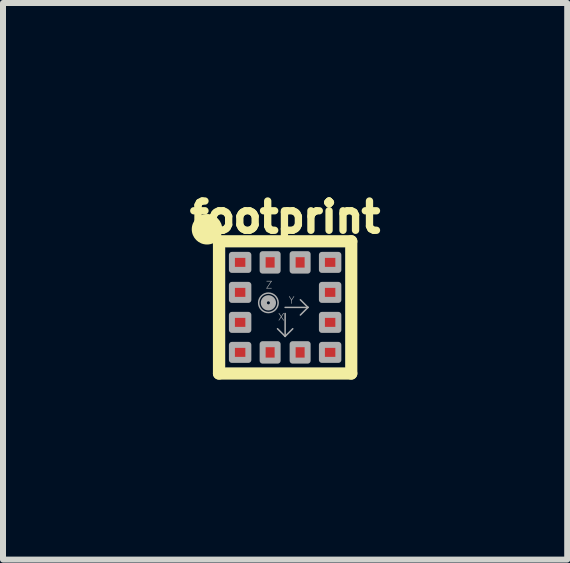
<source format=kicad_pcb>
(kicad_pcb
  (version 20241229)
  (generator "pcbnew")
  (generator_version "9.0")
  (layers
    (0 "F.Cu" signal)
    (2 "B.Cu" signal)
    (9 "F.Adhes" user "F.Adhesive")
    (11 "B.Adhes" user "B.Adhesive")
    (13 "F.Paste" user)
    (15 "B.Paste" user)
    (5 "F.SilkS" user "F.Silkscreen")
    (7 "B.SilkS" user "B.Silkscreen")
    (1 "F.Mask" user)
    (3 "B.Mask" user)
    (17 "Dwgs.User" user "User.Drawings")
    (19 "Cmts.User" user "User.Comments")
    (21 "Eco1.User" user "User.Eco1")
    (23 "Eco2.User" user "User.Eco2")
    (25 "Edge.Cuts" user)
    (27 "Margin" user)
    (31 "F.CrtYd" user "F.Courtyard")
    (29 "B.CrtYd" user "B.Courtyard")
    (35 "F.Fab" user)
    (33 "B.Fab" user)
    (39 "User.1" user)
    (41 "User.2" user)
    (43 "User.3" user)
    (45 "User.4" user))
  (footprint "footprint"
    (layer "F.Cu")
    (at 1.702 2.073)
    (property "Reference" "footprint" (at 0 -1.219 0) (layer "F.SilkS") (effects (font (size 0.488 0.488) (thickness 0.122)) (justify bottom)))
    (fp_line (start -1.102 -1.102) (end 1.102 -1.102) (stroke (width 0.203) (type solid)) (layer "F.SilkS"))
    (fp_line (start -1.102 1.102) (end -1.102 -1.102) (stroke (width 0.203) (type solid)) (layer "F.SilkS"))
    (fp_line (start 1.102 -1.102) (end 1.102 1.102) (stroke (width 0.203) (type solid)) (layer "F.SilkS"))
    (fp_line (start 1.102 1.102) (end -1.102 1.102) (stroke (width 0.203) (type solid)) (layer "F.SilkS"))
    (fp_circle (center -1.302 -1.302) (end -1.175 -1.302) (stroke (width 0.254) (type solid)) (fill yes) (layer "F.SilkS"))
    (fp_line (start -1 -1) (end 1 -1) (stroke (width 0.003) (type solid)) (layer "F.Fab"))
    (fp_line (start -1 1) (end -1 -1) (stroke (width 0.003) (type solid)) (layer "F.Fab"))
    (fp_line (start 0 0) (end 0.381 0) (stroke (width 0.025) (type solid)) (layer "F.Fab"))
    (fp_line (start 0 0.102) (end 0 0.483) (stroke (width 0.025) (type solid)) (layer "F.Fab"))
    (fp_line (start 0 0.483) (end -0.127 0.356) (stroke (width 0.025) (type solid)) (layer "F.Fab"))
    (fp_line (start 0 0.483) (end 0.127 0.356) (stroke (width 0.025) (type solid)) (layer "F.Fab"))
    (fp_line (start 0.381 0) (end 0.254 -0.127) (stroke (width 0.025) (type solid)) (layer "F.Fab"))
    (fp_line (start 0.381 0) (end 0.254 0.127) (stroke (width 0.025) (type solid)) (layer "F.Fab"))
    (fp_line (start 1 -1) (end 1 1) (stroke (width 0.003) (type solid)) (layer "F.Fab"))
    (fp_line (start 1 1) (end -1 1) (stroke (width 0.003) (type solid)) (layer "F.Fab"))
    (fp_circle (center -0.279 -0.076) (end -0.254 -0.076) (stroke (width 0.102) (type solid)) (fill no) (layer "F.Fab"))
    (fp_circle (center -0.279 -0.076) (end -0.117 -0.076) (stroke (width 0.025) (type solid)) (fill no) (layer "F.Fab"))
    (fp_poly (pts (xy -0.613 -0.625) (xy -0.613 -0.875) (xy -0.887 -0.875) (xy -0.887 -0.625)) (stroke (width 0.1) (type solid)) (fill no) (layer "F.Fab"))
    (fp_poly (pts (xy -0.613 -0.125) (xy -0.613 -0.375) (xy -0.887 -0.375) (xy -0.887 -0.125)) (stroke (width 0.1) (type solid)) (fill no) (layer "F.Fab"))
    (fp_poly (pts (xy -0.613 0.375) (xy -0.613 0.125) (xy -0.887 0.125) (xy -0.887 0.375)) (stroke (width 0.1) (type solid)) (fill no) (layer "F.Fab"))
    (fp_poly (pts (xy -0.613 0.875) (xy -0.613 0.625) (xy -0.887 0.625) (xy -0.887 0.875)) (stroke (width 0.1) (type solid)) (fill no) (layer "F.Fab"))
    (fp_poly (pts (xy -0.375 -0.613) (xy -0.125 -0.613) (xy -0.125 -0.887) (xy -0.375 -0.887)) (stroke (width 0.1) (type solid)) (fill no) (layer "F.Fab"))
    (fp_poly (pts (xy -0.125 0.613) (xy -0.375 0.613) (xy -0.375 0.887) (xy -0.125 0.887)) (stroke (width 0.1) (type solid)) (fill no) (layer "F.Fab"))
    (fp_poly (pts (xy 0.125 -0.613) (xy 0.375 -0.613) (xy 0.375 -0.887) (xy 0.125 -0.887)) (stroke (width 0.1) (type solid)) (fill no) (layer "F.Fab"))
    (fp_poly (pts (xy 0.375 0.613) (xy 0.125 0.613) (xy 0.125 0.887) (xy 0.375 0.887)) (stroke (width 0.1) (type solid)) (fill no) (layer "F.Fab"))
    (fp_poly (pts (xy 0.887 -0.625) (xy 0.887 -0.875) (xy 0.613 -0.875) (xy 0.613 -0.625)) (stroke (width 0.1) (type solid)) (fill no) (layer "F.Fab"))
    (fp_poly (pts (xy 0.887 -0.125) (xy 0.887 -0.375) (xy 0.613 -0.375) (xy 0.613 -0.125)) (stroke (width 0.1) (type solid)) (fill no) (layer "F.Fab"))
    (fp_poly (pts (xy 0.887 0.375) (xy 0.887 0.125) (xy 0.613 0.125) (xy 0.613 0.375)) (stroke (width 0.1) (type solid)) (fill no) (layer "F.Fab"))
    (fp_poly (pts (xy 0.887 0.875) (xy 0.887 0.625) (xy 0.613 0.625) (xy 0.613 0.875)) (stroke (width 0.1) (type solid)) (fill no) (layer "F.Fab"))
    (fp_text user "Y" (at 0.051 -0.051 0) (layer "F.Fab") (effects (font (size 0.117 0.117) (thickness 0.01)) (justify left bottom)))
    (fp_text user "X" (at -0.127 0.229 0) (layer "F.Fab") (effects (font (size 0.117 0.117) (thickness 0.01)) (justify left bottom)))
    (fp_text user "Z" (at -0.33 -0.305 0) (layer "F.Fab") (effects (font (size 0.117 0.117) (thickness 0.01)) (justify left bottom)))
    (pad "1" smd rect (at -0.75 -0.75 90) (size 0.25 0.275) (layers "F.Cu" "F.Mask" "F.Paste"))
    (pad "2" smd rect (at -0.75 -0.25 90) (size 0.25 0.275) (layers "F.Cu" "F.Mask" "F.Paste"))
    (pad "3" smd rect (at -0.75 0.25 90) (size 0.25 0.275) (layers "F.Cu" "F.Mask" "F.Paste"))
    (pad "4" smd rect (at -0.75 0.75 90) (size 0.25 0.275) (layers "F.Cu" "F.Mask" "F.Paste"))
    (pad "5" smd rect (at -0.25 0.75) (size 0.25 0.275) (layers "F.Cu" "F.Mask" "F.Paste"))
    (pad "6" smd rect (at 0.25 0.75) (size 0.25 0.275) (layers "F.Cu" "F.Mask" "F.Paste"))
    (pad "7" smd rect (at 0.75 0.75 90) (size 0.25 0.275) (layers "F.Cu" "F.Mask" "F.Paste"))
    (pad "8" smd rect (at 0.75 0.25 90) (size 0.25 0.275) (layers "F.Cu" "F.Mask" "F.Paste"))
    (pad "9" smd rect (at 0.75 -0.25 90) (size 0.25 0.275) (layers "F.Cu" "F.Mask" "F.Paste"))
    (pad "10" smd rect (at 0.75 -0.75 90) (size 0.25 0.275) (layers "F.Cu" "F.Mask" "F.Paste"))
    (pad "11" smd rect (at 0.25 -0.75) (size 0.25 0.275) (layers "F.Cu" "F.Mask" "F.Paste"))
    (pad "12" smd rect (at -0.25 -0.75) (size 0.25 0.275) (layers "F.Cu" "F.Mask" "F.Paste")))
  (gr_rect
    (start -3 -3)
    (end 6.403 6.276)
    (stroke (width 0.1) (type default))
    (fill no)
    (layer "Edge.Cuts")))
</source>
